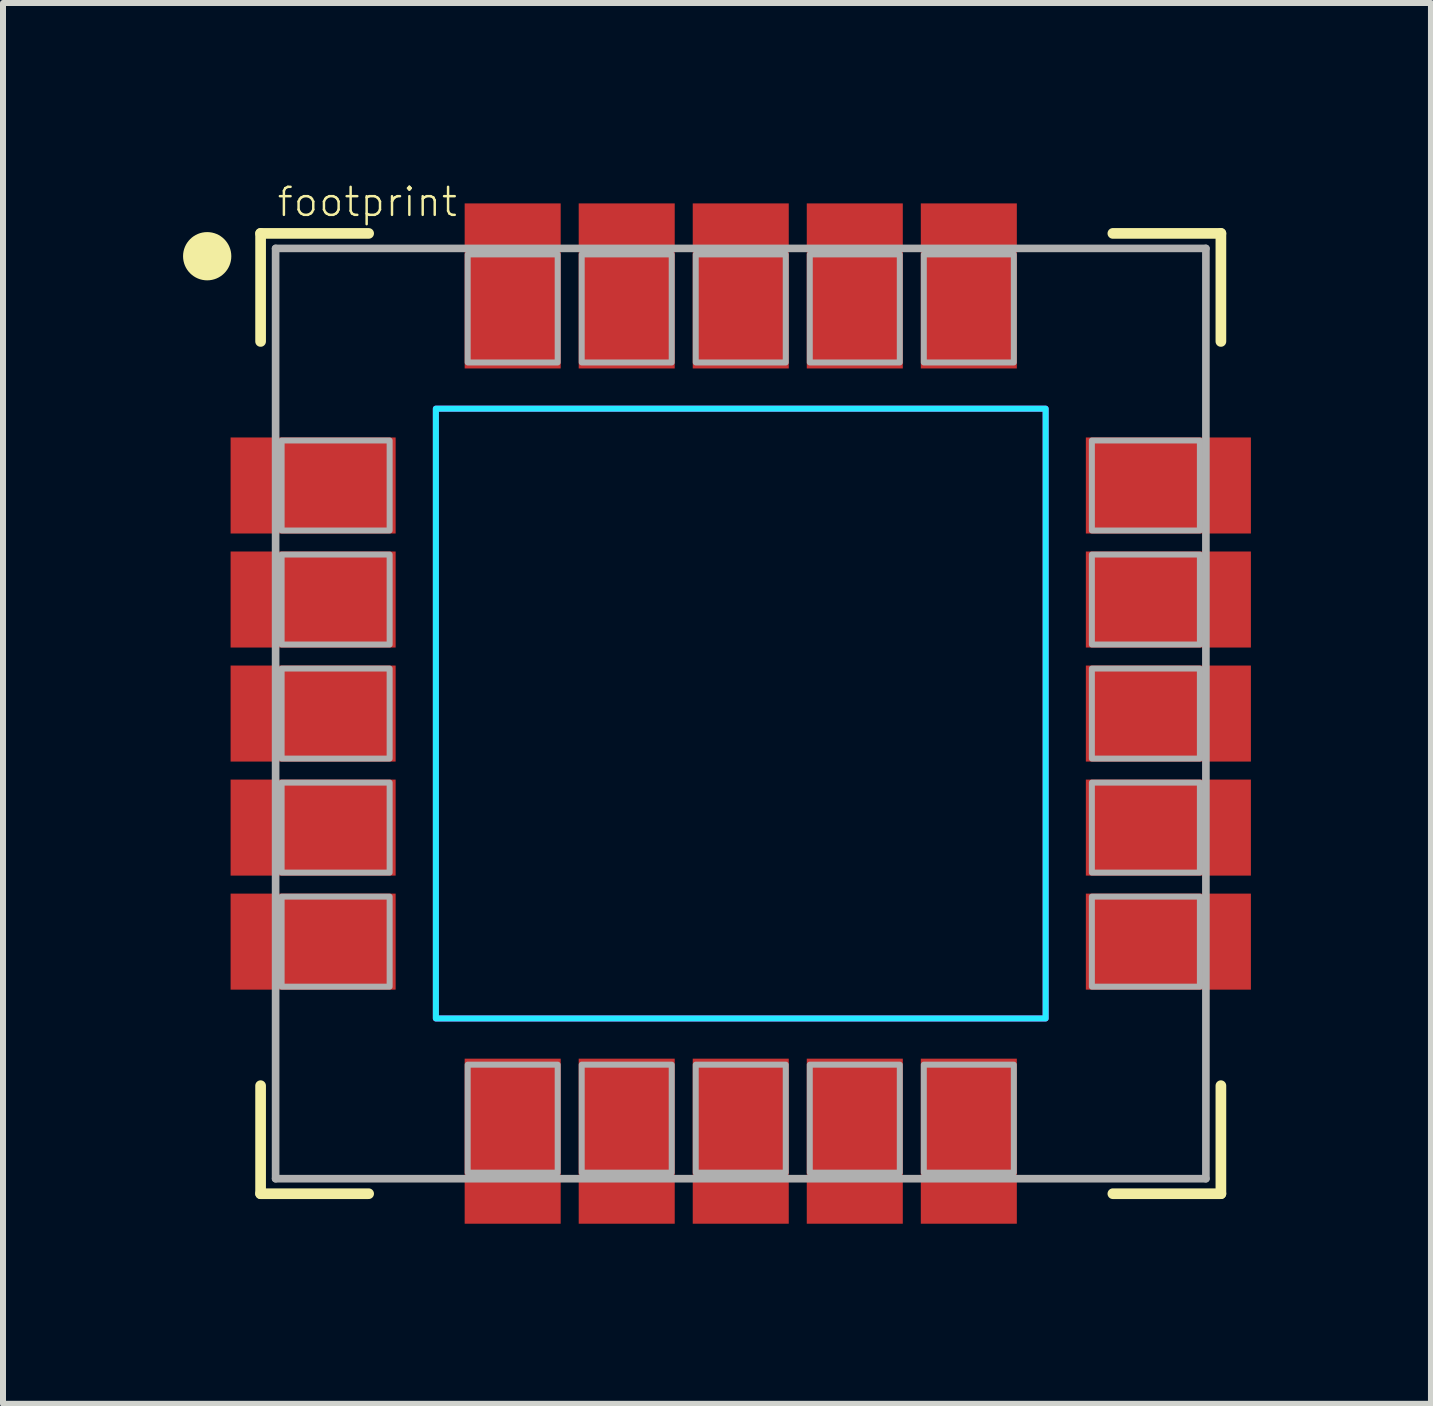
<source format=kicad_pcb>
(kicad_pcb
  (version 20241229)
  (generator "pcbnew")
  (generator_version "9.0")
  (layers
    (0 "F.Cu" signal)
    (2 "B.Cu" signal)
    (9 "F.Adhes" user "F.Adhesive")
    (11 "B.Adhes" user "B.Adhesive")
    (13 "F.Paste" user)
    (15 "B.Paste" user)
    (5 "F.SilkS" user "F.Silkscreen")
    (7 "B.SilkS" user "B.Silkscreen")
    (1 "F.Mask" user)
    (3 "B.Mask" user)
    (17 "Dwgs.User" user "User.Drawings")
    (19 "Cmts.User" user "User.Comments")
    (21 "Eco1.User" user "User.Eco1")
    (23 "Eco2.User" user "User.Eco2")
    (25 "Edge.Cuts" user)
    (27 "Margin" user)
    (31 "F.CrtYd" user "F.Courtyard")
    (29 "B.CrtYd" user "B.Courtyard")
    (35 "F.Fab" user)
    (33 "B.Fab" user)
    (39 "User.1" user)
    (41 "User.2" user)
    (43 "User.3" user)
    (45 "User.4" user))
  (footprint "footprint"
    (layer "F.Cu")
    (at 9.292 8.839)
    (property "Reference" "footprint" (at -7.75 -8.25 0) (layer "F.SilkS") (effects (font (size 0.467 0.467) (thickness 0.041)) (justify left bottom)))
    (fp_line (start -8 -8) (end -6.2 -8) (stroke (width 0.178) (type solid)) (layer "F.SilkS"))
    (fp_line (start -8 -6.2) (end -8 -8) (stroke (width 0.178) (type solid)) (layer "F.SilkS"))
    (fp_line (start -8 8) (end -8 6.2) (stroke (width 0.178) (type solid)) (layer "F.SilkS"))
    (fp_line (start -6.2 8) (end -8 8) (stroke (width 0.178) (type solid)) (layer "F.SilkS"))
    (fp_line (start 6.2 -8) (end 8 -8) (stroke (width 0.178) (type solid)) (layer "F.SilkS"))
    (fp_line (start 8 -8) (end 8 -6.2) (stroke (width 0.178) (type solid)) (layer "F.SilkS"))
    (fp_line (start 8 6.2) (end 8 8) (stroke (width 0.178) (type solid)) (layer "F.SilkS"))
    (fp_line (start 8 8) (end 6.2 8) (stroke (width 0.178) (type solid)) (layer "F.SilkS"))
    (fp_circle (center -8.89 -7.62) (end -8.689 -7.62) (stroke (width 0.402) (type solid)) (fill yes) (layer "F.SilkS"))
    (fp_poly (pts (xy -5.08 5.08) (xy 5.08 5.08) (xy 5.08 -5.08) (xy -5.08 -5.08)) (stroke (width 0.1) (type solid)) (fill no) (layer "B.CrtYd"))
    (fp_poly (pts (xy -5.08 5.08) (xy 5.08 5.08) (xy 5.08 -5.08) (xy -5.08 -5.08)) (stroke (width 0.1) (type solid)) (fill no) (layer "F.CrtYd"))
    (fp_line (start -7.75 -7.75) (end 7.75 -7.75) (stroke (width 0.127) (type solid)) (layer "F.Fab"))
    (fp_line (start -7.75 7.75) (end -7.75 -7.75) (stroke (width 0.127) (type solid)) (layer "F.Fab"))
    (fp_line (start 7.75 -7.75) (end 7.75 7.75) (stroke (width 0.127) (type solid)) (layer "F.Fab"))
    (fp_line (start 7.75 7.75) (end -7.75 7.75) (stroke (width 0.127) (type solid)) (layer "F.Fab"))
    (fp_poly (pts (xy -7.65 -3.05) (xy -5.85 -3.05) (xy -5.85 -4.55) (xy -7.65 -4.55)) (stroke (width 0.1) (type solid)) (fill no) (layer "F.Fab"))
    (fp_poly (pts (xy -7.65 -1.15) (xy -5.85 -1.15) (xy -5.85 -2.65) (xy -7.65 -2.65)) (stroke (width 0.1) (type solid)) (fill no) (layer "F.Fab"))
    (fp_poly (pts (xy -7.65 0.75) (xy -5.85 0.75) (xy -5.85 -0.75) (xy -7.65 -0.75)) (stroke (width 0.1) (type solid)) (fill no) (layer "F.Fab"))
    (fp_poly (pts (xy -7.65 2.65) (xy -5.85 2.65) (xy -5.85 1.15) (xy -7.65 1.15)) (stroke (width 0.1) (type solid)) (fill no) (layer "F.Fab"))
    (fp_poly (pts (xy -7.65 4.55) (xy -5.85 4.55) (xy -5.85 3.05) (xy -7.65 3.05)) (stroke (width 0.1) (type solid)) (fill no) (layer "F.Fab"))
    (fp_poly (pts (xy -4.55 -5.85) (xy -3.05 -5.85) (xy -3.05 -7.65) (xy -4.55 -7.65)) (stroke (width 0.1) (type solid)) (fill no) (layer "F.Fab"))
    (fp_poly (pts (xy -4.55 7.65) (xy -3.05 7.65) (xy -3.05 5.85) (xy -4.55 5.85)) (stroke (width 0.1) (type solid)) (fill no) (layer "F.Fab"))
    (fp_poly (pts (xy -2.65 -5.85) (xy -1.15 -5.85) (xy -1.15 -7.65) (xy -2.65 -7.65)) (stroke (width 0.1) (type solid)) (fill no) (layer "F.Fab"))
    (fp_poly (pts (xy -2.65 7.65) (xy -1.15 7.65) (xy -1.15 5.85) (xy -2.65 5.85)) (stroke (width 0.1) (type solid)) (fill no) (layer "F.Fab"))
    (fp_poly (pts (xy -0.75 -5.85) (xy 0.75 -5.85) (xy 0.75 -7.65) (xy -0.75 -7.65)) (stroke (width 0.1) (type solid)) (fill no) (layer "F.Fab"))
    (fp_poly (pts (xy -0.75 7.65) (xy 0.75 7.65) (xy 0.75 5.85) (xy -0.75 5.85)) (stroke (width 0.1) (type solid)) (fill no) (layer "F.Fab"))
    (fp_poly (pts (xy 1.15 -5.85) (xy 2.65 -5.85) (xy 2.65 -7.65) (xy 1.15 -7.65)) (stroke (width 0.1) (type solid)) (fill no) (layer "F.Fab"))
    (fp_poly (pts (xy 1.15 7.65) (xy 2.65 7.65) (xy 2.65 5.85) (xy 1.15 5.85)) (stroke (width 0.1) (type solid)) (fill no) (layer "F.Fab"))
    (fp_poly (pts (xy 3.05 -5.85) (xy 4.55 -5.85) (xy 4.55 -7.65) (xy 3.05 -7.65)) (stroke (width 0.1) (type solid)) (fill no) (layer "F.Fab"))
    (fp_poly (pts (xy 3.05 7.65) (xy 4.55 7.65) (xy 4.55 5.85) (xy 3.05 5.85)) (stroke (width 0.1) (type solid)) (fill no) (layer "F.Fab"))
    (fp_poly (pts (xy 5.85 -3.05) (xy 7.65 -3.05) (xy 7.65 -4.55) (xy 5.85 -4.55)) (stroke (width 0.1) (type solid)) (fill no) (layer "F.Fab"))
    (fp_poly (pts (xy 5.85 -1.15) (xy 7.65 -1.15) (xy 7.65 -2.65) (xy 5.85 -2.65)) (stroke (width 0.1) (type solid)) (fill no) (layer "F.Fab"))
    (fp_poly (pts (xy 5.85 0.75) (xy 7.65 0.75) (xy 7.65 -0.75) (xy 5.85 -0.75)) (stroke (width 0.1) (type solid)) (fill no) (layer "F.Fab"))
    (fp_poly (pts (xy 5.85 2.65) (xy 7.65 2.65) (xy 7.65 1.15) (xy 5.85 1.15)) (stroke (width 0.1) (type solid)) (fill no) (layer "F.Fab"))
    (fp_poly (pts (xy 5.85 4.55) (xy 7.65 4.55) (xy 7.65 3.05) (xy 5.85 3.05)) (stroke (width 0.1) (type solid)) (fill no) (layer "F.Fab"))
    (pad "1" smd rect (at -7.125 -3.8 180) (size 2.75 1.6) (layers "F.Cu" "F.Mask" "F.Paste"))
    (pad "2" smd rect (at -7.125 -1.9 180) (size 2.75 1.6) (layers "F.Cu" "F.Mask" "F.Paste"))
    (pad "3" smd rect (at -7.125 0 180) (size 2.75 1.6) (layers "F.Cu" "F.Mask" "F.Paste"))
    (pad "4" smd rect (at -7.125 1.9 180) (size 2.75 1.6) (layers "F.Cu" "F.Mask" "F.Paste"))
    (pad "5" smd rect (at -7.125 3.8 180) (size 2.75 1.6) (layers "F.Cu" "F.Mask" "F.Paste"))
    (pad "6" smd rect (at -3.8 7.125 90) (size 2.75 1.6) (layers "F.Cu" "F.Mask" "F.Paste"))
    (pad "7" smd rect (at -1.9 7.125 90) (size 2.75 1.6) (layers "F.Cu" "F.Mask" "F.Paste"))
    (pad "8" smd rect (at 0 7.125 90) (size 2.75 1.6) (layers "F.Cu" "F.Mask" "F.Paste"))
    (pad "9" smd rect (at 1.9 7.125 90) (size 2.75 1.6) (layers "F.Cu" "F.Mask" "F.Paste"))
    (pad "10" smd rect (at 3.8 7.125 90) (size 2.75 1.6) (layers "F.Cu" "F.Mask" "F.Paste"))
    (pad "11" smd rect (at 7.125 3.8) (size 2.75 1.6) (layers "F.Cu" "F.Mask" "F.Paste"))
    (pad "12" smd rect (at 7.125 1.9) (size 2.75 1.6) (layers "F.Cu" "F.Mask" "F.Paste"))
    (pad "13" smd rect (at 7.125 0) (size 2.75 1.6) (layers "F.Cu" "F.Mask" "F.Paste"))
    (pad "14" smd rect (at 7.125 -1.9) (size 2.75 1.6) (layers "F.Cu" "F.Mask" "F.Paste"))
    (pad "15" smd rect (at 7.125 -3.8) (size 2.75 1.6) (layers "F.Cu" "F.Mask" "F.Paste"))
    (pad "16" smd rect (at 3.8 -7.125 270) (size 2.75 1.6) (layers "F.Cu" "F.Mask" "F.Paste"))
    (pad "17" smd rect (at 1.9 -7.125 270) (size 2.75 1.6) (layers "F.Cu" "F.Mask" "F.Paste"))
    (pad "18" smd rect (at 0 -7.125 270) (size 2.75 1.6) (layers "F.Cu" "F.Mask" "F.Paste"))
    (pad "19" smd rect (at -1.9 -7.125 270) (size 2.75 1.6) (layers "F.Cu" "F.Mask" "F.Paste"))
    (pad "20" smd rect (at -3.8 -7.125 270) (size 2.75 1.6) (layers "F.Cu" "F.Mask" "F.Paste")))
  (gr_rect
    (start -3 -3)
    (end 20.792 20.339)
    (stroke (width 0.1) (type default))
    (fill no)
    (layer "Edge.Cuts")))
</source>
